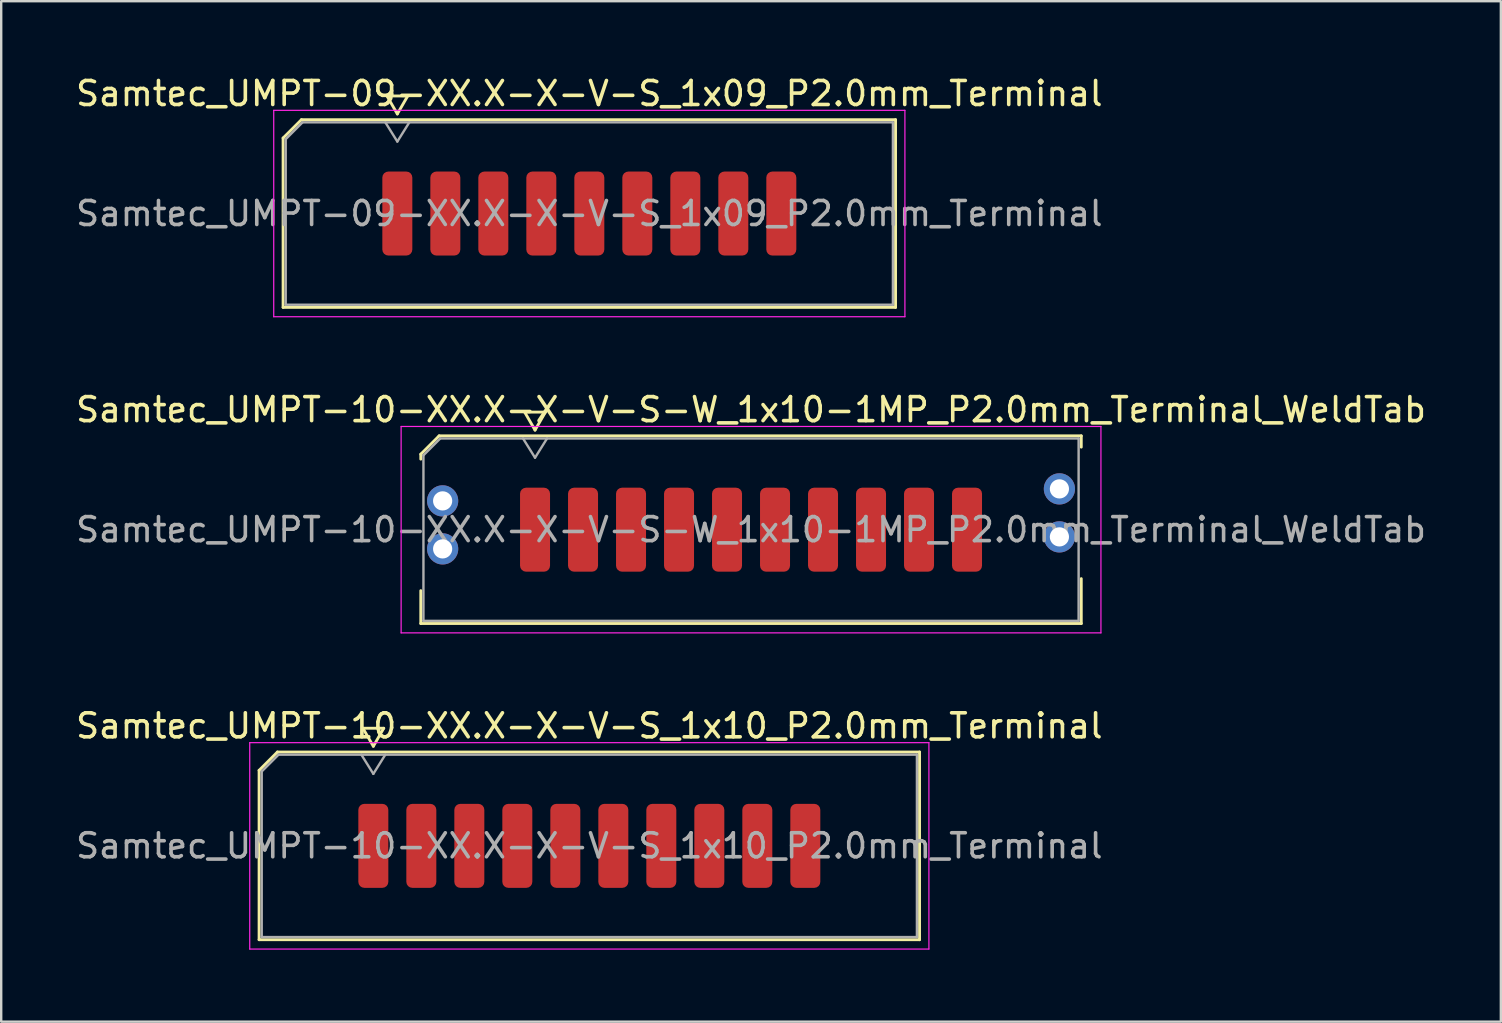
<source format=kicad_pcb>
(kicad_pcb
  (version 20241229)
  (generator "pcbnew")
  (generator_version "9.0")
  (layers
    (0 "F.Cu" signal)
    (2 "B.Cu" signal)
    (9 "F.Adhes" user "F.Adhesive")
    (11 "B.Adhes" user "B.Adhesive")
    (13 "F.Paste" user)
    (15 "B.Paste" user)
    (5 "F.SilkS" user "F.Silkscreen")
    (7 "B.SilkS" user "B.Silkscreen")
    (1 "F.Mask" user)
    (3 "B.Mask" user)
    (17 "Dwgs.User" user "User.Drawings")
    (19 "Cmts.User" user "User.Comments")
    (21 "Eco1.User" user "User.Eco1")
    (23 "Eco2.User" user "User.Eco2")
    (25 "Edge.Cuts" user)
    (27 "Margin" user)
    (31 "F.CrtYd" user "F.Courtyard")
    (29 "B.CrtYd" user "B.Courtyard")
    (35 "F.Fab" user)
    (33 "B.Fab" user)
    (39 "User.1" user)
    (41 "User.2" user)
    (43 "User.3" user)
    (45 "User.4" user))
  (footprint "Samtec_UMPT-09-XX.X-X-V-S_1x09_P2.0mm_Terminal"
    (layer "F.Cu")
    (at 21.506 5.848)
    (property "Reference" "Samtec_UMPT-09-XX.X-X-V-S_1x09_P2.0mm_Terminal" (at 0 -5 0) (layer "F.SilkS") (effects (font (size 1 1) (thickness 0.15))))
    (attr smd)
    (fp_line (start -12.76 -3.146) (end -11.996 -3.91) (stroke (width 0.12) (type solid)) (layer "F.SilkS"))
    (fp_line (start -12.76 3.91) (end -12.76 -3.146) (stroke (width 0.12) (type solid)) (layer "F.SilkS"))
    (fp_line (start -11.996 -3.91) (end 12.76 -3.91) (stroke (width 0.12) (type solid)) (layer "F.SilkS"))
    (fp_line (start -8.433 -4.9) (end -8 -4.15) (stroke (width 0.12) (type solid)) (layer "F.SilkS"))
    (fp_line (start -8 -4.15) (end -7.567 -4.9) (stroke (width 0.12) (type solid)) (layer "F.SilkS"))
    (fp_line (start -7.567 -4.9) (end -8.433 -4.9) (stroke (width 0.12) (type solid)) (layer "F.SilkS"))
    (fp_line (start 12.76 -3.91) (end 12.76 3.91) (stroke (width 0.12) (type solid)) (layer "F.SilkS"))
    (fp_line (start 12.76 3.91) (end -12.76 3.91) (stroke (width 0.12) (type solid)) (layer "F.SilkS"))
    (fp_line (start -13.15 -4.3) (end -13.15 4.3) (stroke (width 0.05) (type solid)) (layer "F.CrtYd"))
    (fp_line (start -13.15 4.3) (end 13.15 4.3) (stroke (width 0.05) (type solid)) (layer "F.CrtYd"))
    (fp_line (start 13.15 -4.3) (end -13.15 -4.3) (stroke (width 0.05) (type solid)) (layer "F.CrtYd"))
    (fp_line (start 13.15 4.3) (end 13.15 -4.3) (stroke (width 0.05) (type solid)) (layer "F.CrtYd"))
    (fp_line (start -12.65 -3.1) (end -11.95 -3.8) (stroke (width 0.1) (type solid)) (layer "F.Fab"))
    (fp_line (start -12.65 3.8) (end -12.65 -3.1) (stroke (width 0.1) (type solid)) (layer "F.Fab"))
    (fp_line (start -11.95 -3.8) (end 12.65 -3.8) (stroke (width 0.1) (type solid)) (layer "F.Fab"))
    (fp_line (start -8.5 -3.8) (end -8 -3) (stroke (width 0.1) (type solid)) (layer "F.Fab"))
    (fp_line (start -8 -3) (end -7.5 -3.8) (stroke (width 0.1) (type solid)) (layer "F.Fab"))
    (fp_line (start 12.65 -3.8) (end 12.65 3.8) (stroke (width 0.1) (type solid)) (layer "F.Fab"))
    (fp_line (start 12.65 3.8) (end -12.65 3.8) (stroke (width 0.1) (type solid)) (layer "F.Fab"))
    (fp_text user "${REFERENCE}" (at 0 0 0) (layer "F.Fab") (effects (font (size 1 1) (thickness 0.15))))
    (pad "1" smd roundrect (at -8 0) (size 1.25 3.5) (layers "F.Cu" "F.Mask" "F.Paste") (roundrect_rratio 0.2))
    (pad "2" smd roundrect (at -6 0) (size 1.25 3.5) (layers "F.Cu" "F.Mask" "F.Paste") (roundrect_rratio 0.2))
    (pad "3" smd roundrect (at -4 0) (size 1.25 3.5) (layers "F.Cu" "F.Mask" "F.Paste") (roundrect_rratio 0.2))
    (pad "4" smd roundrect (at -2 0) (size 1.25 3.5) (layers "F.Cu" "F.Mask" "F.Paste") (roundrect_rratio 0.2))
    (pad "5" smd roundrect (at 0 0) (size 1.25 3.5) (layers "F.Cu" "F.Mask" "F.Paste") (roundrect_rratio 0.2))
    (pad "6" smd roundrect (at 2 0) (size 1.25 3.5) (layers "F.Cu" "F.Mask" "F.Paste") (roundrect_rratio 0.2))
    (pad "7" smd roundrect (at 4 0) (size 1.25 3.5) (layers "F.Cu" "F.Mask" "F.Paste") (roundrect_rratio 0.2))
    (pad "8" smd roundrect (at 6 0) (size 1.25 3.5) (layers "F.Cu" "F.Mask" "F.Paste") (roundrect_rratio 0.2))
    (pad "9" smd roundrect (at 8 0) (size 1.25 3.5) (layers "F.Cu" "F.Mask" "F.Paste") (roundrect_rratio 0.2)))
  (footprint "Samtec_UMPT-10-XX.X-X-V-S_1x10_P2.0mm_Terminal"
    (layer "F.Cu")
    (at 21.506 32.195)
    (property "Reference" "Samtec_UMPT-10-XX.X-X-V-S_1x10_P2.0mm_Terminal" (at 0 -5 0) (layer "F.SilkS") (effects (font (size 1 1) (thickness 0.15))))
    (attr smd)
    (fp_line (start -13.76 -3.146) (end -12.996 -3.91) (stroke (width 0.12) (type solid)) (layer "F.SilkS"))
    (fp_line (start -13.76 3.91) (end -13.76 -3.146) (stroke (width 0.12) (type solid)) (layer "F.SilkS"))
    (fp_line (start -12.996 -3.91) (end 13.76 -3.91) (stroke (width 0.12) (type solid)) (layer "F.SilkS"))
    (fp_line (start -9.433 -4.9) (end -9 -4.15) (stroke (width 0.12) (type solid)) (layer "F.SilkS"))
    (fp_line (start -9 -4.15) (end -8.567 -4.9) (stroke (width 0.12) (type solid)) (layer "F.SilkS"))
    (fp_line (start -8.567 -4.9) (end -9.433 -4.9) (stroke (width 0.12) (type solid)) (layer "F.SilkS"))
    (fp_line (start 13.76 -3.91) (end 13.76 3.91) (stroke (width 0.12) (type solid)) (layer "F.SilkS"))
    (fp_line (start 13.76 3.91) (end -13.76 3.91) (stroke (width 0.12) (type solid)) (layer "F.SilkS"))
    (fp_line (start -14.15 -4.3) (end -14.15 4.3) (stroke (width 0.05) (type solid)) (layer "F.CrtYd"))
    (fp_line (start -14.15 4.3) (end 14.15 4.3) (stroke (width 0.05) (type solid)) (layer "F.CrtYd"))
    (fp_line (start 14.15 -4.3) (end -14.15 -4.3) (stroke (width 0.05) (type solid)) (layer "F.CrtYd"))
    (fp_line (start 14.15 4.3) (end 14.15 -4.3) (stroke (width 0.05) (type solid)) (layer "F.CrtYd"))
    (fp_line (start -13.65 -3.1) (end -12.95 -3.8) (stroke (width 0.1) (type solid)) (layer "F.Fab"))
    (fp_line (start -13.65 3.8) (end -13.65 -3.1) (stroke (width 0.1) (type solid)) (layer "F.Fab"))
    (fp_line (start -12.95 -3.8) (end 13.65 -3.8) (stroke (width 0.1) (type solid)) (layer "F.Fab"))
    (fp_line (start -9.5 -3.8) (end -9 -3) (stroke (width 0.1) (type solid)) (layer "F.Fab"))
    (fp_line (start -9 -3) (end -8.5 -3.8) (stroke (width 0.1) (type solid)) (layer "F.Fab"))
    (fp_line (start 13.65 -3.8) (end 13.65 3.8) (stroke (width 0.1) (type solid)) (layer "F.Fab"))
    (fp_line (start 13.65 3.8) (end -13.65 3.8) (stroke (width 0.1) (type solid)) (layer "F.Fab"))
    (fp_text user "${REFERENCE}" (at 0 0 0) (layer "F.Fab") (effects (font (size 1 1) (thickness 0.15))))
    (pad "1" smd roundrect (at -9 0) (size 1.25 3.5) (layers "F.Cu" "F.Mask" "F.Paste") (roundrect_rratio 0.2))
    (pad "2" smd roundrect (at -7 0) (size 1.25 3.5) (layers "F.Cu" "F.Mask" "F.Paste") (roundrect_rratio 0.2))
    (pad "3" smd roundrect (at -5 0) (size 1.25 3.5) (layers "F.Cu" "F.Mask" "F.Paste") (roundrect_rratio 0.2))
    (pad "4" smd roundrect (at -3 0) (size 1.25 3.5) (layers "F.Cu" "F.Mask" "F.Paste") (roundrect_rratio 0.2))
    (pad "5" smd roundrect (at -1 0) (size 1.25 3.5) (layers "F.Cu" "F.Mask" "F.Paste") (roundrect_rratio 0.2))
    (pad "6" smd roundrect (at 1 0) (size 1.25 3.5) (layers "F.Cu" "F.Mask" "F.Paste") (roundrect_rratio 0.2))
    (pad "7" smd roundrect (at 3 0) (size 1.25 3.5) (layers "F.Cu" "F.Mask" "F.Paste") (roundrect_rratio 0.2))
    (pad "8" smd roundrect (at 5 0) (size 1.25 3.5) (layers "F.Cu" "F.Mask" "F.Paste") (roundrect_rratio 0.2))
    (pad "9" smd roundrect (at 7 0) (size 1.25 3.5) (layers "F.Cu" "F.Mask" "F.Paste") (roundrect_rratio 0.2))
    (pad "10" smd roundrect (at 9 0) (size 1.25 3.5) (layers "F.Cu" "F.Mask" "F.Paste") (roundrect_rratio 0.2)))
  (footprint "Samtec_UMPT-10-XX.X-X-V-S-W_1x10-1MP_P2.0mm_Terminal_WeldTab"
    (layer "F.Cu")
    (at 28.244 19.021)
    (property "Reference" "Samtec_UMPT-10-XX.X-X-V-S-W_1x10-1MP_P2.0mm_Terminal_WeldTab" (at 0 -5 0) (layer "F.SilkS") (effects (font (size 1 1) (thickness 0.15))))
    (attr smd)
    (fp_line (start -13.76 -3.146) (end -12.996 -3.91) (stroke (width 0.12) (type solid)) (layer "F.SilkS"))
    (fp_line (start -13.76 -2.94) (end -13.76 -3.146) (stroke (width 0.12) (type solid)) (layer "F.SilkS"))
    (fp_line (start -13.76 3.91) (end -13.76 2.54) (stroke (width 0.12) (type solid)) (layer "F.SilkS"))
    (fp_line (start -12.996 -3.91) (end 13.76 -3.91) (stroke (width 0.12) (type solid)) (layer "F.SilkS"))
    (fp_line (start -9.433 -4.9) (end -9 -4.15) (stroke (width 0.12) (type solid)) (layer "F.SilkS"))
    (fp_line (start -9 -4.15) (end -8.567 -4.9) (stroke (width 0.12) (type solid)) (layer "F.SilkS"))
    (fp_line (start -8.567 -4.9) (end -9.433 -4.9) (stroke (width 0.12) (type solid)) (layer "F.SilkS"))
    (fp_line (start 13.76 -3.91) (end 13.76 -3.44) (stroke (width 0.12) (type solid)) (layer "F.SilkS"))
    (fp_line (start 13.76 2.04) (end 13.76 3.91) (stroke (width 0.12) (type solid)) (layer "F.SilkS"))
    (fp_line (start 13.76 3.91) (end -13.76 3.91) (stroke (width 0.12) (type solid)) (layer "F.SilkS"))
    (fp_line (start -14.58 -4.3) (end -14.58 4.3) (stroke (width 0.05) (type solid)) (layer "F.CrtYd"))
    (fp_line (start -14.58 4.3) (end 14.58 4.3) (stroke (width 0.05) (type solid)) (layer "F.CrtYd"))
    (fp_line (start 14.58 -4.3) (end -14.58 -4.3) (stroke (width 0.05) (type solid)) (layer "F.CrtYd"))
    (fp_line (start 14.58 4.3) (end 14.58 -4.3) (stroke (width 0.05) (type solid)) (layer "F.CrtYd"))
    (fp_line (start -13.65 -3.1) (end -12.95 -3.8) (stroke (width 0.1) (type solid)) (layer "F.Fab"))
    (fp_line (start -13.65 3.8) (end -13.65 -3.1) (stroke (width 0.1) (type solid)) (layer "F.Fab"))
    (fp_line (start -12.95 -3.8) (end 13.65 -3.8) (stroke (width 0.1) (type solid)) (layer "F.Fab"))
    (fp_line (start -9.5 -3.8) (end -9 -3) (stroke (width 0.1) (type solid)) (layer "F.Fab"))
    (fp_line (start -9 -3) (end -8.5 -3.8) (stroke (width 0.1) (type solid)) (layer "F.Fab"))
    (fp_line (start 13.65 -3.8) (end 13.65 3.8) (stroke (width 0.1) (type solid)) (layer "F.Fab"))
    (fp_line (start 13.65 3.8) (end -13.65 3.8) (stroke (width 0.1) (type solid)) (layer "F.Fab"))
    (fp_text user "${REFERENCE}" (at 0 0 0) (layer "F.Fab") (effects (font (size 1 1) (thickness 0.15))))
    (pad "" smd rect (at -12.85 -1.54) (size 2.45 2.28) (layers "F.Paste"))
    (pad "" smd rect (at -12.85 1.14) (size 2.45 2.28) (layers "F.Paste"))
    (pad "" smd rect (at 12.85 -2.04) (size 2.45 2.28) (layers "F.Paste"))
    (pad "" smd rect (at 12.85 0.64) (size 2.45 2.28) (layers "F.Paste"))
    (pad "1" smd roundrect (at -9 0) (size 1.25 3.5) (layers "F.Cu" "F.Mask" "F.Paste") (roundrect_rratio 0.2))
    (pad "2" smd roundrect (at -7 0) (size 1.25 3.5) (layers "F.Cu" "F.Mask" "F.Paste") (roundrect_rratio 0.2))
    (pad "3" smd roundrect (at -5 0) (size 1.25 3.5) (layers "F.Cu" "F.Mask" "F.Paste") (roundrect_rratio 0.2))
    (pad "4" smd roundrect (at -3 0) (size 1.25 3.5) (layers "F.Cu" "F.Mask" "F.Paste") (roundrect_rratio 0.2))
    (pad "5" smd roundrect (at -1 0) (size 1.25 3.5) (layers "F.Cu" "F.Mask" "F.Paste") (roundrect_rratio 0.2))
    (pad "6" smd roundrect (at 1 0) (size 1.25 3.5) (layers "F.Cu" "F.Mask" "F.Paste") (roundrect_rratio 0.2))
    (pad "7" smd roundrect (at 3 0) (size 1.25 3.5) (layers "F.Cu" "F.Mask" "F.Paste") (roundrect_rratio 0.2))
    (pad "8" smd roundrect (at 5 0) (size 1.25 3.5) (layers "F.Cu" "F.Mask" "F.Paste") (roundrect_rratio 0.2))
    (pad "9" smd roundrect (at 7 0) (size 1.25 3.5) (layers "F.Cu" "F.Mask" "F.Paste") (roundrect_rratio 0.2))
    (pad "10" smd roundrect (at 9 0) (size 1.25 3.5) (layers "F.Cu" "F.Mask" "F.Paste") (roundrect_rratio 0.2))
    (pad "MP" thru_hole circle (at -12.85 -1.2) (size 1.3 1.3) (drill 0.8) (layers "*.Cu" "*.Mask"))
    (pad "MP" thru_hole circle (at -12.85 0.8) (size 1.3 1.3) (drill 0.8) (layers "*.Cu" "*.Mask"))
    (pad "MP" thru_hole circle (at 12.85 -1.7) (size 1.3 1.3) (drill 0.8) (layers "*.Cu" "*.Mask"))
    (pad "MP" thru_hole circle (at 12.85 0.3) (size 1.3 1.3) (drill 0.8) (layers "*.Cu" "*.Mask")))
  (gr_rect
    (start -3 -3)
    (end 59.488 39.52)
    (stroke (width 0.1) (type default))
    (fill no)
    (layer "Edge.Cuts")))
</source>
